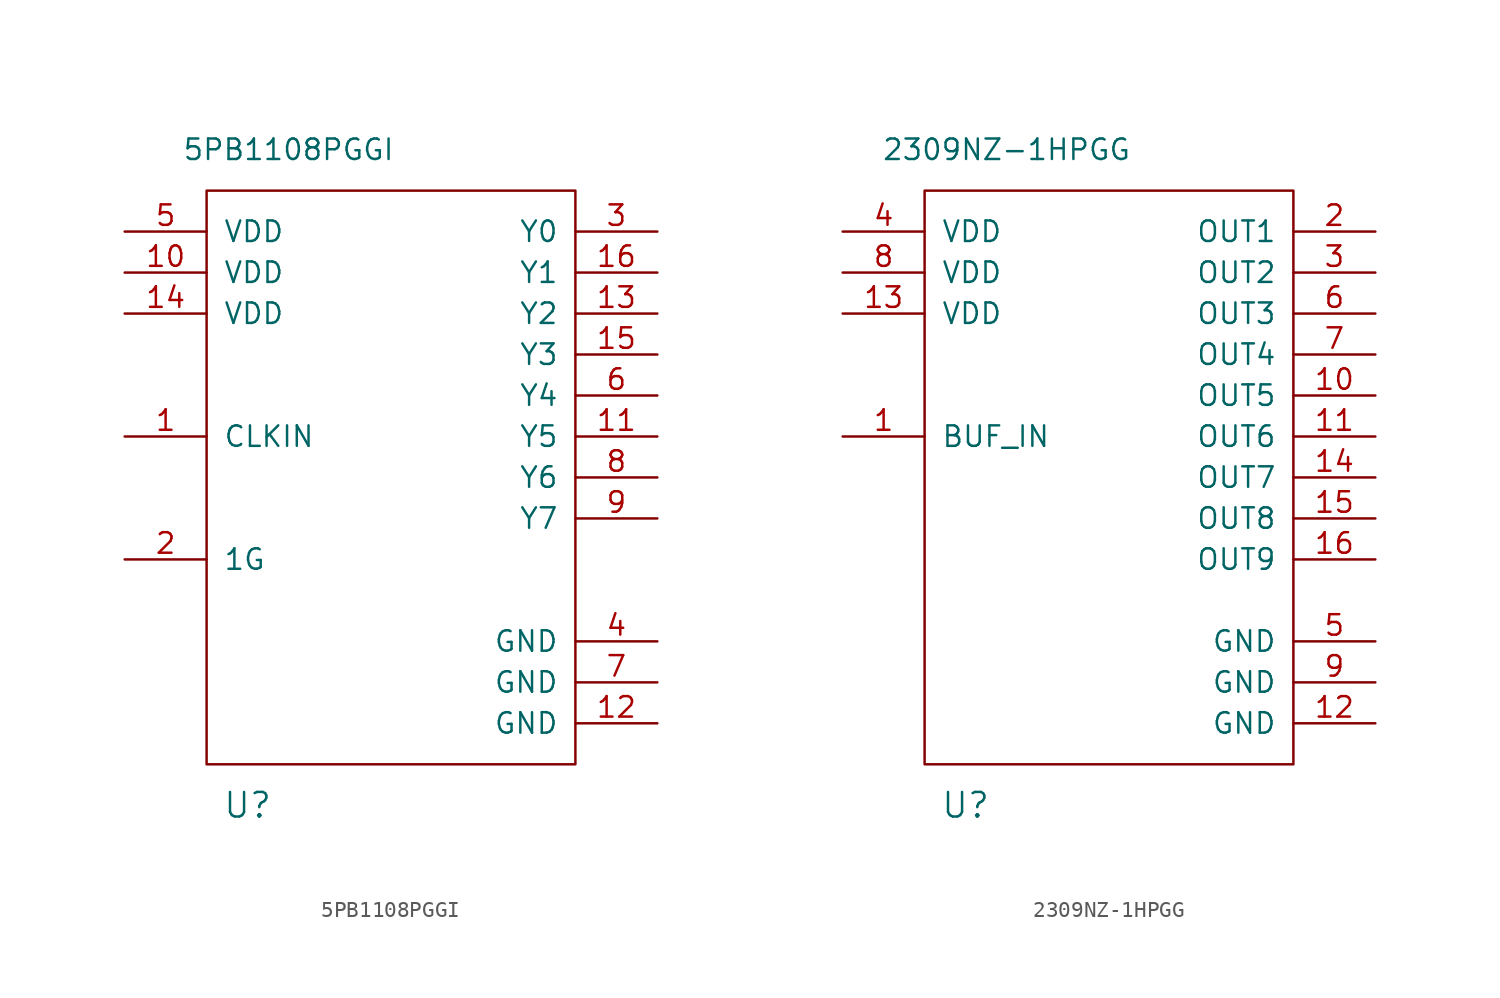
<source format=kicad_sym>
(kicad_symbol_lib
  (version 20220914)
  (generator kicad_symbol_editor)
  (symbol "5PB1108PGGI"
    (pin_names
      (offset 1.016))
    (property "Reference" "U"
      (at 2.54 -2.54 0)
      (effects (font (size 1.524 1.524))))
    (property "Value" "5PB1108PGGI"
      (at 5.08 38.1 0)
      (effects (font (size 1.27 1.27))))
    (symbol "5PB1108PGGI_0_1"
      (rectangle (start 0 35.56) (end 22.86 0) (stroke (width 0) (type solid)) (fill (type none))))
    (symbol "5PB1108PGGI_1_1"
      (pin input line (at -5.08 20.32 0) (length 5.08) (name "CLKIN" (effects (font (size 1.27 1.27)))) (number "1" (effects (font (size 1.27 1.27)))))
      (pin power_in line (at -5.08 30.48 0) (length 5.08) (name "VDD" (effects (font (size 1.27 1.27)))) (number "10" (effects (font (size 1.27 1.27)))))
      (pin output line (at 27.94 20.32 180) (length 5.08) (name "Y5" (effects (font (size 1.27 1.27)))) (number "11" (effects (font (size 1.27 1.27)))))
      (pin power_in line (at 27.94 2.54 180) (length 5.08) (name "GND" (effects (font (size 1.27 1.27)))) (number "12" (effects (font (size 1.27 1.27)))))
      (pin output line (at 27.94 27.94 180) (length 5.08) (name "Y2" (effects (font (size 1.27 1.27)))) (number "13" (effects (font (size 1.27 1.27)))))
      (pin power_in line (at -5.08 27.94 0) (length 5.08) (name "VDD" (effects (font (size 1.27 1.27)))) (number "14" (effects (font (size 1.27 1.27)))))
      (pin output line (at 27.94 25.4 180) (length 5.08) (name "Y3" (effects (font (size 1.27 1.27)))) (number "15" (effects (font (size 1.27 1.27)))))
      (pin output line (at 27.94 30.48 180) (length 5.08) (name "Y1" (effects (font (size 1.27 1.27)))) (number "16" (effects (font (size 1.27 1.27)))))
      (pin input line (at -5.08 12.7 0) (length 5.08) (name "1G" (effects (font (size 1.27 1.27)))) (number "2" (effects (font (size 1.27 1.27)))))
      (pin output line (at 27.94 33.02 180) (length 5.08) (name "Y0" (effects (font (size 1.27 1.27)))) (number "3" (effects (font (size 1.27 1.27)))))
      (pin power_in line (at 27.94 7.62 180) (length 5.08) (name "GND" (effects (font (size 1.27 1.27)))) (number "4" (effects (font (size 1.27 1.27)))))
      (pin power_in line (at -5.08 33.02 0) (length 5.08) (name "VDD" (effects (font (size 1.27 1.27)))) (number "5" (effects (font (size 1.27 1.27)))))
      (pin output line (at 27.94 22.86 180) (length 5.08) (name "Y4" (effects (font (size 1.27 1.27)))) (number "6" (effects (font (size 1.27 1.27)))))
      (pin power_in line (at 27.94 5.08 180) (length 5.08) (name "GND" (effects (font (size 1.27 1.27)))) (number "7" (effects (font (size 1.27 1.27)))))
      (pin output line (at 27.94 17.78 180) (length 5.08) (name "Y6" (effects (font (size 1.27 1.27)))) (number "8" (effects (font (size 1.27 1.27)))))
      (pin output line (at 27.94 15.24 180) (length 5.08) (name "Y7" (effects (font (size 1.27 1.27)))) (number "9" (effects (font (size 1.27 1.27)))))))
  (symbol "2309NZ-1HPGG"
    (pin_names
      (offset 1.016))
    (property "Reference" "U"
      (at 2.54 -2.54 0)
      (effects (font (size 1.524 1.524))))
    (property "Value" "2309NZ-1HPGG"
      (at 5.08 38.1 0)
      (effects (font (size 1.27 1.27))))
    (symbol "2309NZ-1HPGG_0_1"
      (rectangle (start 0 35.56) (end 22.86 0) (stroke (width 0) (type solid)) (fill (type none))))
    (symbol "2309NZ-1HPGG_1_1"
      (pin input line (at -5.08 20.32 0) (length 5.08) (name "BUF_IN" (effects (font (size 1.27 1.27)))) (number "1" (effects (font (size 1.27 1.27)))))
      (pin output line (at 27.94 22.86 180) (length 5.08) (name "OUT5" (effects (font (size 1.27 1.27)))) (number "10" (effects (font (size 1.27 1.27)))))
      (pin output line (at 27.94 20.32 180) (length 5.08) (name "OUT6" (effects (font (size 1.27 1.27)))) (number "11" (effects (font (size 1.27 1.27)))))
      (pin power_in line (at 27.94 2.54 180) (length 5.08) (name "GND" (effects (font (size 1.27 1.27)))) (number "12" (effects (font (size 1.27 1.27)))))
      (pin power_in line (at -5.08 27.94 0) (length 5.08) (name "VDD" (effects (font (size 1.27 1.27)))) (number "13" (effects (font (size 1.27 1.27)))))
      (pin output line (at 27.94 17.78 180) (length 5.08) (name "OUT7" (effects (font (size 1.27 1.27)))) (number "14" (effects (font (size 1.27 1.27)))))
      (pin output line (at 27.94 15.24 180) (length 5.08) (name "OUT8" (effects (font (size 1.27 1.27)))) (number "15" (effects (font (size 1.27 1.27)))))
      (pin output line (at 27.94 12.7 180) (length 5.08) (name "OUT9" (effects (font (size 1.27 1.27)))) (number "16" (effects (font (size 1.27 1.27)))))
      (pin output line (at 27.94 33.02 180) (length 5.08) (name "OUT1" (effects (font (size 1.27 1.27)))) (number "2" (effects (font (size 1.27 1.27)))))
      (pin output line (at 27.94 30.48 180) (length 5.08) (name "OUT2" (effects (font (size 1.27 1.27)))) (number "3" (effects (font (size 1.27 1.27)))))
      (pin power_in line (at -5.08 33.02 0) (length 5.08) (name "VDD" (effects (font (size 1.27 1.27)))) (number "4" (effects (font (size 1.27 1.27)))))
      (pin power_in line (at 27.94 7.62 180) (length 5.08) (name "GND" (effects (font (size 1.27 1.27)))) (number "5" (effects (font (size 1.27 1.27)))))
      (pin output line (at 27.94 27.94 180) (length 5.08) (name "OUT3" (effects (font (size 1.27 1.27)))) (number "6" (effects (font (size 1.27 1.27)))))
      (pin output line (at 27.94 25.4 180) (length 5.08) (name "OUT4" (effects (font (size 1.27 1.27)))) (number "7" (effects (font (size 1.27 1.27)))))
      (pin power_in line (at -5.08 30.48 0) (length 5.08) (name "VDD" (effects (font (size 1.27 1.27)))) (number "8" (effects (font (size 1.27 1.27)))))
      (pin power_in line (at 27.94 5.08 180) (length 5.08) (name "GND" (effects (font (size 1.27 1.27)))) (number "9" (effects (font (size 1.27 1.27))))))))
</source>
